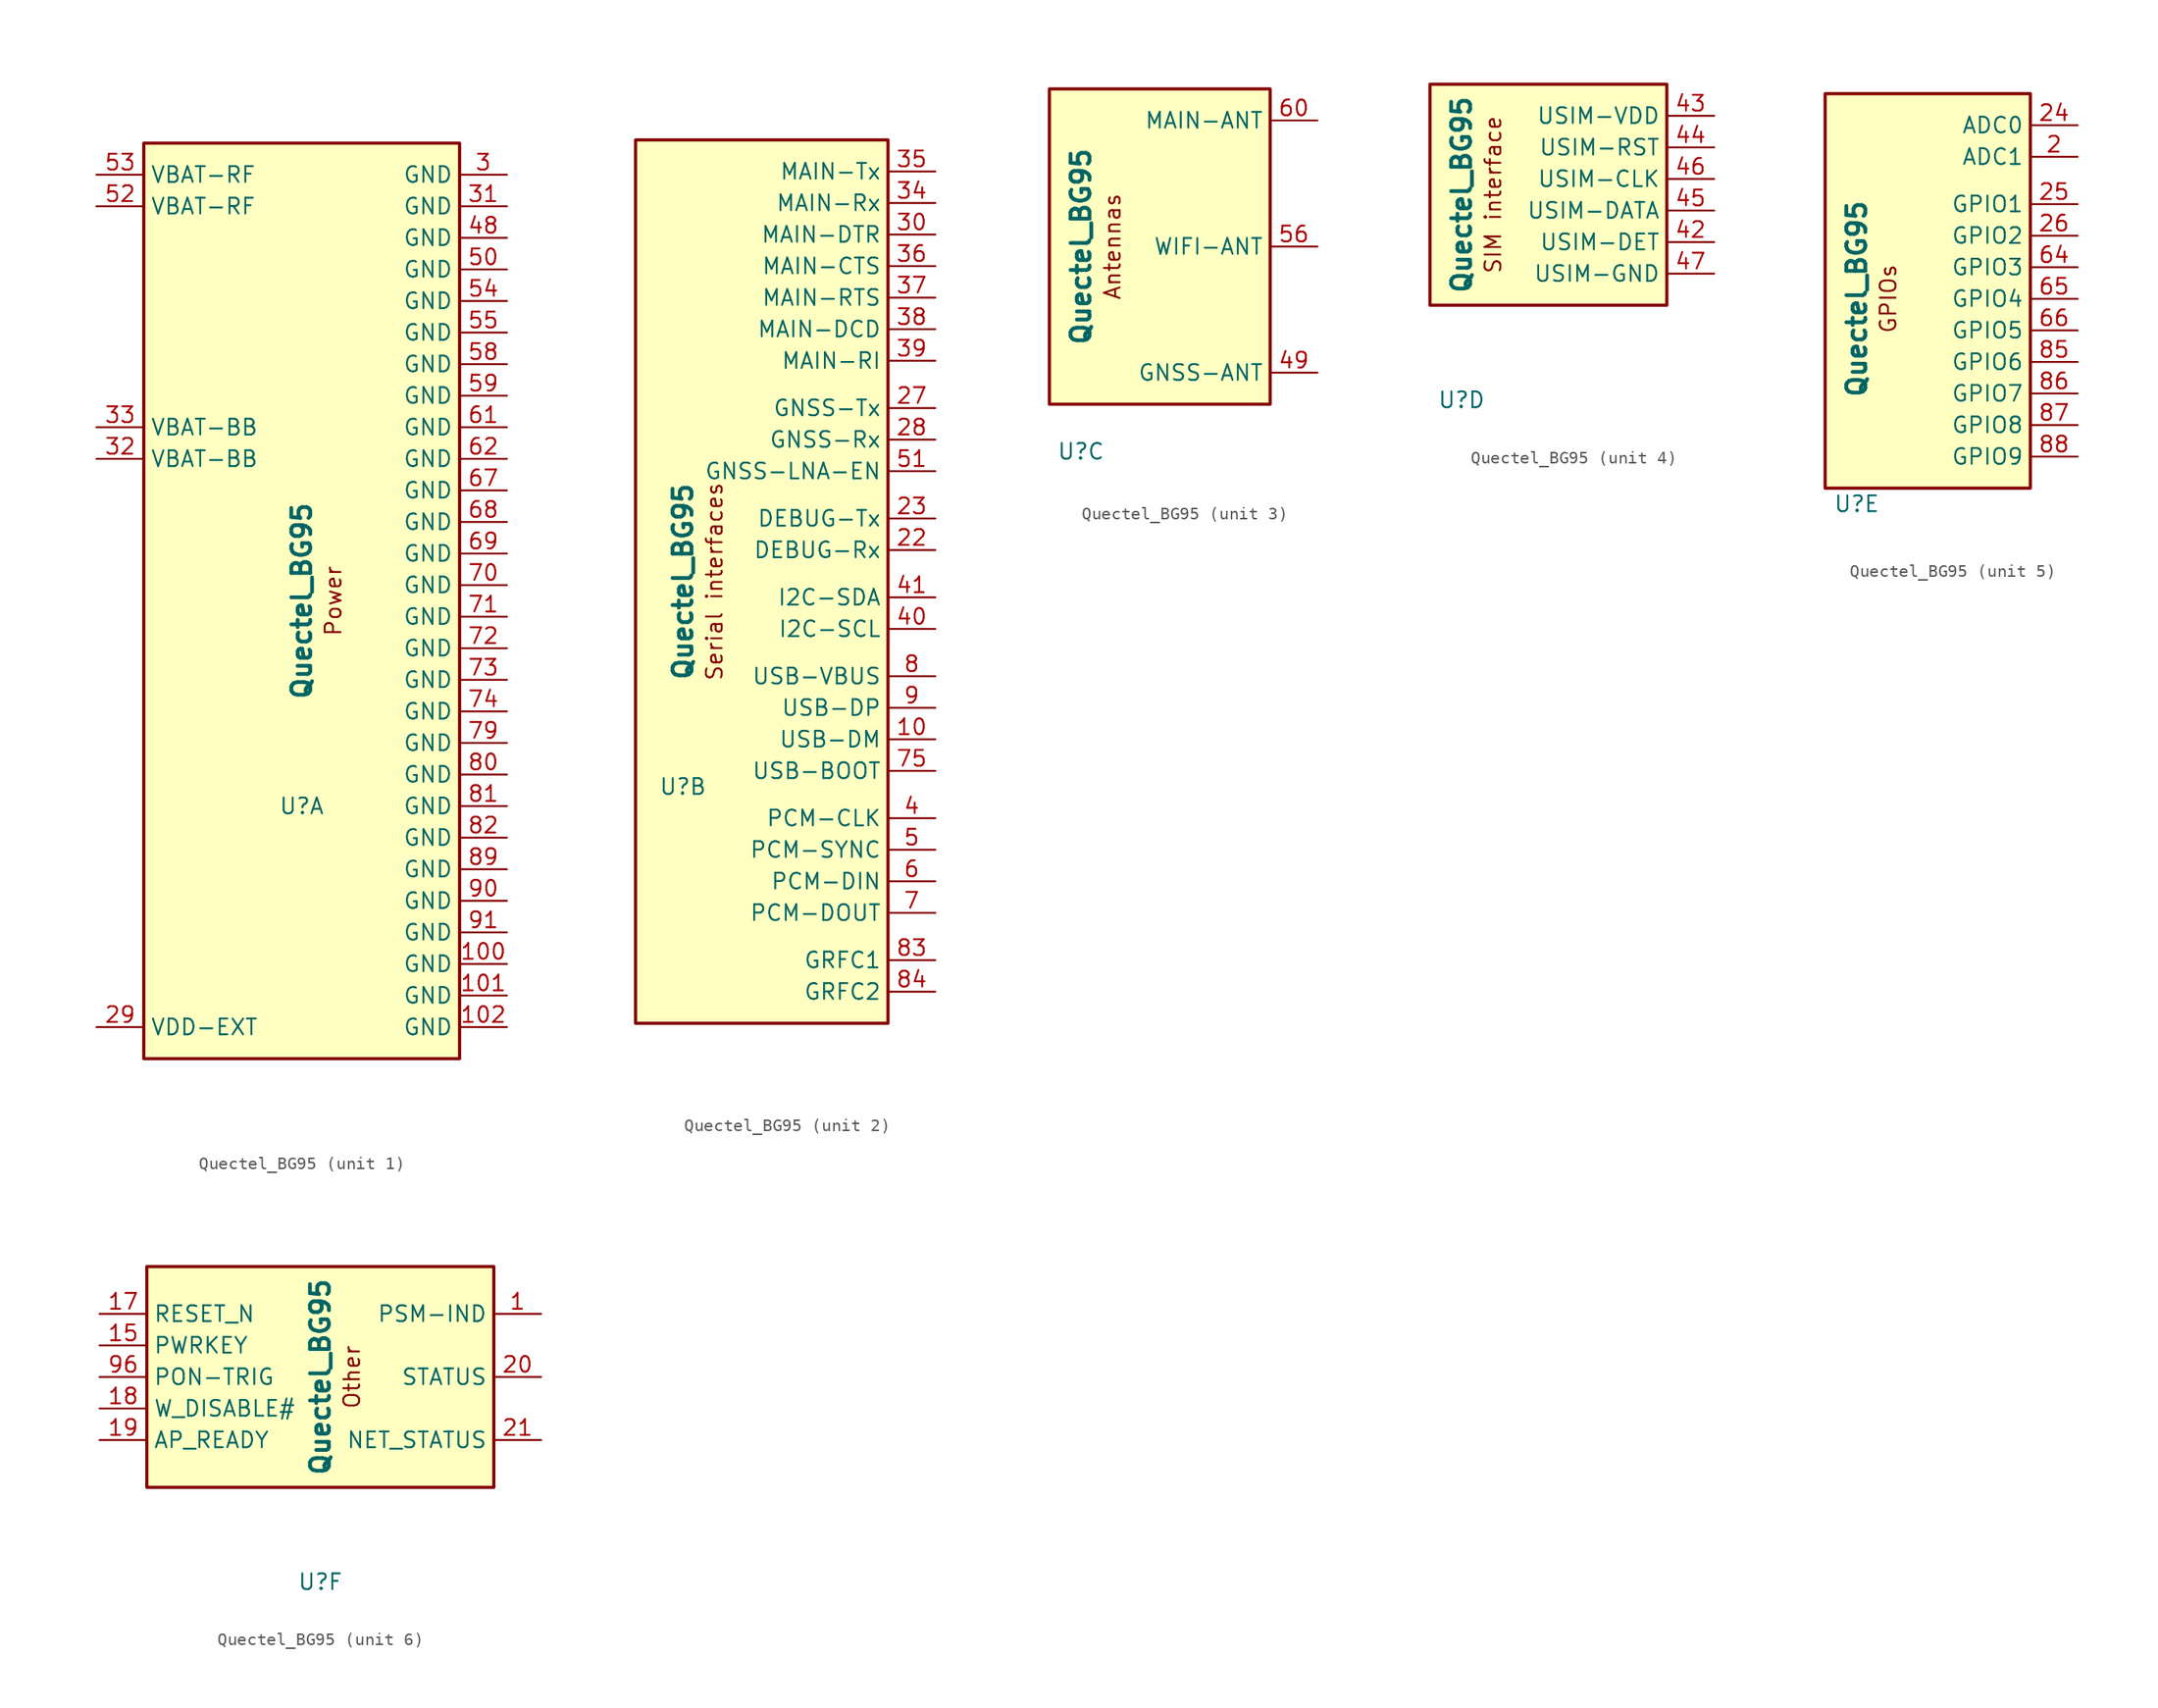
<source format=kicad_sym>
(kicad_symbol_lib
  (version 20231120)
  (generator "kicad_symbol_editor")
  (generator_version "8.0")
  (symbol "Quectel_BG95"
    (property "Reference" "U"
      (at 0 -16.51 0)
      (effects (font (size 1.27 1.27))))
    (property "Value" "Quectel_BG95"
      (at 0 0 90)
      (effects (font (size 1.524 1.524) (bold yes))))
    (symbol "Quectel_BG95_1_0"
      (rectangle (start -12.7 36.83) (end 12.7 -36.83) (stroke (width 0.254) (type default)) (fill (type background)))
      (text "Power" (at 2.54 0 900) (effects (font (size 1.27 1.27)))))
    (symbol "Quectel_BG95_1_1"
      (pin passive line (at 16.51 -29.21 180) (length 3.81) (name "GND" (effects (font (size 1.27 1.27)))) (number "100" (effects (font (size 1.27 1.27)))))
      (pin passive line (at 16.51 -31.75 180) (length 3.81) (name "GND" (effects (font (size 1.27 1.27)))) (number "101" (effects (font (size 1.27 1.27)))))
      (pin passive line (at 16.51 -34.29 180) (length 3.81) (name "GND" (effects (font (size 1.27 1.27)))) (number "102" (effects (font (size 1.27 1.27)))))
      (pin passive line (at -16.51 -34.29 0) (length 3.81) (name "VDD-EXT" (effects (font (size 1.27 1.27)))) (number "29" (effects (font (size 1.27 1.27)))))
      (pin passive line (at 16.51 34.29 180) (length 3.81) (name "GND" (effects (font (size 1.27 1.27)))) (number "3" (effects (font (size 1.27 1.27)))))
      (pin passive line (at 16.51 31.75 180) (length 3.81) (name "GND" (effects (font (size 1.27 1.27)))) (number "31" (effects (font (size 1.27 1.27)))))
      (pin passive line (at -16.51 11.43 0) (length 3.81) (name "VBAT-BB" (effects (font (size 1.27 1.27)))) (number "32" (effects (font (size 1.27 1.27)))))
      (pin passive line (at -16.51 13.97 0) (length 3.81) (name "VBAT-BB" (effects (font (size 1.27 1.27)))) (number "33" (effects (font (size 1.27 1.27)))))
      (pin passive line (at 16.51 29.21 180) (length 3.81) (name "GND" (effects (font (size 1.27 1.27)))) (number "48" (effects (font (size 1.27 1.27)))))
      (pin passive line (at 16.51 26.67 180) (length 3.81) (name "GND" (effects (font (size 1.27 1.27)))) (number "50" (effects (font (size 1.27 1.27)))))
      (pin passive line (at -16.51 31.75 0) (length 3.81) (name "VBAT-RF" (effects (font (size 1.27 1.27)))) (number "52" (effects (font (size 1.27 1.27)))))
      (pin passive line (at -16.51 34.29 0) (length 3.81) (name "VBAT-RF" (effects (font (size 1.27 1.27)))) (number "53" (effects (font (size 1.27 1.27)))))
      (pin passive line (at 16.51 24.13 180) (length 3.81) (name "GND" (effects (font (size 1.27 1.27)))) (number "54" (effects (font (size 1.27 1.27)))))
      (pin passive line (at 16.51 21.59 180) (length 3.81) (name "GND" (effects (font (size 1.27 1.27)))) (number "55" (effects (font (size 1.27 1.27)))))
      (pin passive line (at 16.51 19.05 180) (length 3.81) (name "GND" (effects (font (size 1.27 1.27)))) (number "58" (effects (font (size 1.27 1.27)))))
      (pin passive line (at 16.51 16.51 180) (length 3.81) (name "GND" (effects (font (size 1.27 1.27)))) (number "59" (effects (font (size 1.27 1.27)))))
      (pin passive line (at 16.51 13.97 180) (length 3.81) (name "GND" (effects (font (size 1.27 1.27)))) (number "61" (effects (font (size 1.27 1.27)))))
      (pin passive line (at 16.51 11.43 180) (length 3.81) (name "GND" (effects (font (size 1.27 1.27)))) (number "62" (effects (font (size 1.27 1.27)))))
      (pin passive line (at 16.51 8.89 180) (length 3.81) (name "GND" (effects (font (size 1.27 1.27)))) (number "67" (effects (font (size 1.27 1.27)))))
      (pin passive line (at 16.51 6.35 180) (length 3.81) (name "GND" (effects (font (size 1.27 1.27)))) (number "68" (effects (font (size 1.27 1.27)))))
      (pin passive line (at 16.51 3.81 180) (length 3.81) (name "GND" (effects (font (size 1.27 1.27)))) (number "69" (effects (font (size 1.27 1.27)))))
      (pin passive line (at 16.51 1.27 180) (length 3.81) (name "GND" (effects (font (size 1.27 1.27)))) (number "70" (effects (font (size 1.27 1.27)))))
      (pin passive line (at 16.51 -1.27 180) (length 3.81) (name "GND" (effects (font (size 1.27 1.27)))) (number "71" (effects (font (size 1.27 1.27)))))
      (pin passive line (at 16.51 -3.81 180) (length 3.81) (name "GND" (effects (font (size 1.27 1.27)))) (number "72" (effects (font (size 1.27 1.27)))))
      (pin passive line (at 16.51 -6.35 180) (length 3.81) (name "GND" (effects (font (size 1.27 1.27)))) (number "73" (effects (font (size 1.27 1.27)))))
      (pin passive line (at 16.51 -8.89 180) (length 3.81) (name "GND" (effects (font (size 1.27 1.27)))) (number "74" (effects (font (size 1.27 1.27)))))
      (pin passive line (at 16.51 -11.43 180) (length 3.81) (name "GND" (effects (font (size 1.27 1.27)))) (number "79" (effects (font (size 1.27 1.27)))))
      (pin passive line (at 16.51 -13.97 180) (length 3.81) (name "GND" (effects (font (size 1.27 1.27)))) (number "80" (effects (font (size 1.27 1.27)))))
      (pin passive line (at 16.51 -16.51 180) (length 3.81) (name "GND" (effects (font (size 1.27 1.27)))) (number "81" (effects (font (size 1.27 1.27)))))
      (pin passive line (at 16.51 -19.05 180) (length 3.81) (name "GND" (effects (font (size 1.27 1.27)))) (number "82" (effects (font (size 1.27 1.27)))))
      (pin passive line (at 16.51 -21.59 180) (length 3.81) (name "GND" (effects (font (size 1.27 1.27)))) (number "89" (effects (font (size 1.27 1.27)))))
      (pin passive line (at 16.51 -24.13 180) (length 3.81) (name "GND" (effects (font (size 1.27 1.27)))) (number "90" (effects (font (size 1.27 1.27)))))
      (pin passive line (at 16.51 -26.67 180) (length 3.81) (name "GND" (effects (font (size 1.27 1.27)))) (number "91" (effects (font (size 1.27 1.27))))))
    (symbol "Quectel_BG95_2_0"
      (rectangle (start 16.51 35.56) (end -3.81 -35.56) (stroke (width 0.254) (type default)) (fill (type background)))
      (text "Serial interfaces" (at 2.54 0 900) (effects (font (size 1.27 1.27)))))
    (symbol "Quectel_BG95_2_1"
      (pin passive line (at 20.32 -12.7 180) (length 3.81) (name "USB-DM" (effects (font (size 1.27 1.27)))) (number "10" (effects (font (size 1.27 1.27)))))
      (pin passive line (at 20.32 2.54 180) (length 3.81) (name "DEBUG-Rx" (effects (font (size 1.27 1.27)))) (number "22" (effects (font (size 1.27 1.27)))))
      (pin passive line (at 20.32 5.08 180) (length 3.81) (name "DEBUG-Tx" (effects (font (size 1.27 1.27)))) (number "23" (effects (font (size 1.27 1.27)))))
      (pin passive line (at 20.32 13.97 180) (length 3.81) (name "GNSS-Tx" (effects (font (size 1.27 1.27)))) (number "27" (effects (font (size 1.27 1.27)))))
      (pin passive line (at 20.32 11.43 180) (length 3.81) (name "GNSS-Rx" (effects (font (size 1.27 1.27)))) (number "28" (effects (font (size 1.27 1.27)))))
      (pin passive line (at 20.32 27.94 180) (length 3.81) (name "MAIN-DTR" (effects (font (size 1.27 1.27)))) (number "30" (effects (font (size 1.27 1.27)))))
      (pin passive line (at 20.32 30.48 180) (length 3.81) (name "MAIN-Rx" (effects (font (size 1.27 1.27)))) (number "34" (effects (font (size 1.27 1.27)))))
      (pin passive line (at 20.32 33.02 180) (length 3.81) (name "MAIN-Tx" (effects (font (size 1.27 1.27)))) (number "35" (effects (font (size 1.27 1.27)))))
      (pin passive line (at 20.32 25.4 180) (length 3.81) (name "MAIN-CTS" (effects (font (size 1.27 1.27)))) (number "36" (effects (font (size 1.27 1.27)))))
      (pin passive line (at 20.32 22.86 180) (length 3.81) (name "MAIN-RTS" (effects (font (size 1.27 1.27)))) (number "37" (effects (font (size 1.27 1.27)))))
      (pin passive line (at 20.32 20.32 180) (length 3.81) (name "MAIN-DCD" (effects (font (size 1.27 1.27)))) (number "38" (effects (font (size 1.27 1.27)))))
      (pin passive line (at 20.32 17.78 180) (length 3.81) (name "MAIN-RI" (effects (font (size 1.27 1.27)))) (number "39" (effects (font (size 1.27 1.27)))))
      (pin passive line (at 20.32 -19.05 180) (length 3.81) (name "PCM-CLK" (effects (font (size 1.27 1.27)))) (number "4" (effects (font (size 1.27 1.27)))))
      (pin passive line (at 20.32 -3.81 180) (length 3.81) (name "I2C-SCL" (effects (font (size 1.27 1.27)))) (number "40" (effects (font (size 1.27 1.27)))))
      (pin passive line (at 20.32 -1.27 180) (length 3.81) (name "I2C-SDA" (effects (font (size 1.27 1.27)))) (number "41" (effects (font (size 1.27 1.27)))))
      (pin passive line (at 20.32 -21.59 180) (length 3.81) (name "PCM-SYNC" (effects (font (size 1.27 1.27)))) (number "5" (effects (font (size 1.27 1.27)))))
      (pin passive line (at 20.32 8.89 180) (length 3.81) (name "GNSS-LNA-EN" (effects (font (size 1.27 1.27)))) (number "51" (effects (font (size 1.27 1.27)))))
      (pin passive line (at 20.32 -24.13 180) (length 3.81) (name "PCM-DIN" (effects (font (size 1.27 1.27)))) (number "6" (effects (font (size 1.27 1.27)))))
      (pin passive line (at 20.32 -26.67 180) (length 3.81) (name "PCM-DOUT" (effects (font (size 1.27 1.27)))) (number "7" (effects (font (size 1.27 1.27)))))
      (pin passive line (at 20.32 -15.24 180) (length 3.81) (name "USB-BOOT" (effects (font (size 1.27 1.27)))) (number "75" (effects (font (size 1.27 1.27)))))
      (pin passive line (at 20.32 -7.62 180) (length 3.81) (name "USB-VBUS" (effects (font (size 1.27 1.27)))) (number "8" (effects (font (size 1.27 1.27)))))
      (pin passive line (at 20.32 -30.48 180) (length 3.81) (name "GRFC1" (effects (font (size 1.27 1.27)))) (number "83" (effects (font (size 1.27 1.27)))))
      (pin passive line (at 20.32 -33.02 180) (length 3.81) (name "GRFC2" (effects (font (size 1.27 1.27)))) (number "84" (effects (font (size 1.27 1.27)))))
      (pin passive line (at 20.32 -10.16 180) (length 3.81) (name "USB-DP" (effects (font (size 1.27 1.27)))) (number "9" (effects (font (size 1.27 1.27))))))
    (symbol "Quectel_BG95_3_0"
      (rectangle (start 15.24 12.7) (end -2.54 -12.7) (stroke (width 0.254) (type default)) (fill (type background)))
      (text "Antennas" (at 2.54 0 900) (effects (font (size 1.27 1.27)))))
    (symbol "Quectel_BG95_3_1"
      (pin passive line (at 19.05 -10.16 180) (length 3.81) (name "GNSS-ANT" (effects (font (size 1.27 1.27)))) (number "49" (effects (font (size 1.27 1.27)))))
      (pin passive line (at 19.05 0 180) (length 3.81) (name "WIFI-ANT" (effects (font (size 1.27 1.27)))) (number "56" (effects (font (size 1.27 1.27)))))
      (pin passive line (at 19.05 10.16 180) (length 3.81) (name "MAIN-ANT" (effects (font (size 1.27 1.27)))) (number "60" (effects (font (size 1.27 1.27))))))
    (symbol "Quectel_BG95_4_0"
      (rectangle (start 16.51 8.89) (end -2.54 -8.89) (stroke (width 0.254) (type default)) (fill (type background)))
      (text "SIM interface" (at 2.54 0 900) (effects (font (size 1.27 1.27)))))
    (symbol "Quectel_BG95_4_1"
      (pin passive line (at 20.32 -3.81 180) (length 3.81) (name "USIM-DET" (effects (font (size 1.27 1.27)))) (number "42" (effects (font (size 1.27 1.27)))))
      (pin passive line (at 20.32 6.35 180) (length 3.81) (name "USIM-VDD" (effects (font (size 1.27 1.27)))) (number "43" (effects (font (size 1.27 1.27)))))
      (pin passive line (at 20.32 3.81 180) (length 3.81) (name "USIM-RST" (effects (font (size 1.27 1.27)))) (number "44" (effects (font (size 1.27 1.27)))))
      (pin passive line (at 20.32 -1.27 180) (length 3.81) (name "USIM-DATA" (effects (font (size 1.27 1.27)))) (number "45" (effects (font (size 1.27 1.27)))))
      (pin passive line (at 20.32 1.27 180) (length 3.81) (name "USIM-CLK" (effects (font (size 1.27 1.27)))) (number "46" (effects (font (size 1.27 1.27)))))
      (pin passive line (at 20.32 -6.35 180) (length 3.81) (name "USIM-GND" (effects (font (size 1.27 1.27)))) (number "47" (effects (font (size 1.27 1.27))))))
    (symbol "Quectel_BG95_5_0"
      (rectangle (start -2.54 16.51) (end 13.97 -15.24) (stroke (width 0.254) (type default)) (fill (type background)))
      (text "GPIOs" (at 2.54 0 900) (effects (font (size 1.27 1.27)))))
    (symbol "Quectel_BG95_5_1"
      (pin passive line (at 17.78 11.43 180) (length 3.81) (name "ADC1" (effects (font (size 1.27 1.27)))) (number "2" (effects (font (size 1.27 1.27)))))
      (pin passive line (at 17.78 13.97 180) (length 3.81) (name "ADC0" (effects (font (size 1.27 1.27)))) (number "24" (effects (font (size 1.27 1.27)))))
      (pin passive line (at 17.78 7.62 180) (length 3.81) (name "GPIO1" (effects (font (size 1.27 1.27)))) (number "25" (effects (font (size 1.27 1.27)))))
      (pin passive line (at 17.78 5.08 180) (length 3.81) (name "GPIO2" (effects (font (size 1.27 1.27)))) (number "26" (effects (font (size 1.27 1.27)))))
      (pin passive line (at 17.78 2.54 180) (length 3.81) (name "GPIO3" (effects (font (size 1.27 1.27)))) (number "64" (effects (font (size 1.27 1.27)))))
      (pin passive line (at 17.78 0 180) (length 3.81) (name "GPIO4" (effects (font (size 1.27 1.27)))) (number "65" (effects (font (size 1.27 1.27)))))
      (pin passive line (at 17.78 -2.54 180) (length 3.81) (name "GPIO5" (effects (font (size 1.27 1.27)))) (number "66" (effects (font (size 1.27 1.27)))))
      (pin passive line (at 17.78 -5.08 180) (length 3.81) (name "GPIO6" (effects (font (size 1.27 1.27)))) (number "85" (effects (font (size 1.27 1.27)))))
      (pin passive line (at 17.78 -7.62 180) (length 3.81) (name "GPIO7" (effects (font (size 1.27 1.27)))) (number "86" (effects (font (size 1.27 1.27)))))
      (pin passive line (at 17.78 -10.16 180) (length 3.81) (name "GPIO8" (effects (font (size 1.27 1.27)))) (number "87" (effects (font (size 1.27 1.27)))))
      (pin passive line (at 17.78 -12.7 180) (length 3.81) (name "GPIO9" (effects (font (size 1.27 1.27)))) (number "88" (effects (font (size 1.27 1.27))))))
    (symbol "Quectel_BG95_6_0"
      (rectangle (start 13.97 8.89) (end -13.97 -8.89) (stroke (width 0.254) (type default)) (fill (type background)))
      (text "Other" (at 2.54 0 900) (effects (font (size 1.27 1.27)))))
    (symbol "Quectel_BG95_6_1"
      (pin passive line (at 17.78 5.08 180) (length 3.81) (name "PSM-IND" (effects (font (size 1.27 1.27)))) (number "1" (effects (font (size 1.27 1.27)))))
      (pin passive line (at -17.78 2.54 0) (length 3.81) (name "PWRKEY" (effects (font (size 1.27 1.27)))) (number "15" (effects (font (size 1.27 1.27)))))
      (pin passive line (at -17.78 5.08 0) (length 3.81) (name "RESET_N" (effects (font (size 1.27 1.27)))) (number "17" (effects (font (size 1.27 1.27)))))
      (pin passive line (at -17.78 -2.54 0) (length 3.81) (name "W_DISABLE#" (effects (font (size 1.27 1.27)))) (number "18" (effects (font (size 1.27 1.27)))))
      (pin passive line (at -17.78 -5.08 0) (length 3.81) (name "AP_READY" (effects (font (size 1.27 1.27)))) (number "19" (effects (font (size 1.27 1.27)))))
      (pin passive line (at 17.78 0 180) (length 3.81) (name "STATUS" (effects (font (size 1.27 1.27)))) (number "20" (effects (font (size 1.27 1.27)))))
      (pin passive line (at 17.78 -5.08 180) (length 3.81) (name "NET_STATUS" (effects (font (size 1.27 1.27)))) (number "21" (effects (font (size 1.27 1.27)))))
      (pin passive line (at -17.78 0 0) (length 3.81) (name "PON-TRIG" (effects (font (size 1.27 1.27)))) (number "96" (effects (font (size 1.27 1.27))))))))
</source>
